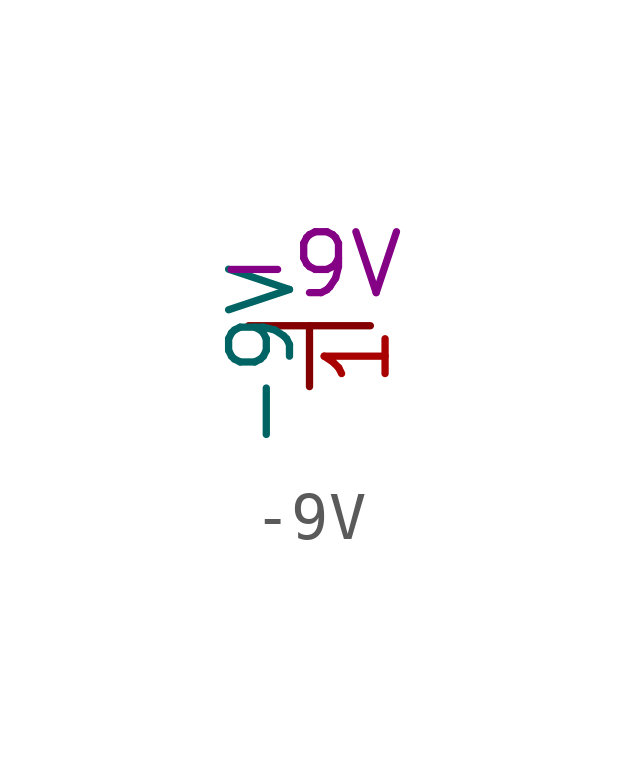
<source format=kicad_sym>
(kicad_symbol_lib
  (version 20211014)
  (generator kicad_symbol_editor)
  (symbol "-9V"
    (power)
    (pin_names
      (offset 0))
    (property "Reference" "#PWR"
      (at 5.08 1.27 0)
      (effects (font (size 1.27 1.27)) hide))
    (property "PartValue" "-9V"
      (at 0 2.54 0)
      (effects (font (size 1.27 1.27))))
    (symbol "-9V_0_1"
      (polyline (pts (xy -1.27 1.27) (xy 1.27 1.27)) (stroke (width 0.152) (type default) (color 0 0 0 0)) (fill (type none))))
    (symbol "-9V_1_1"
      (pin power_in line (at 0 0 90) (length 1.27) (name "-9V" (effects (font (size 1.27 1.27)))) (number "1" (effects (font (size 1.27 1.27))))))))
</source>
